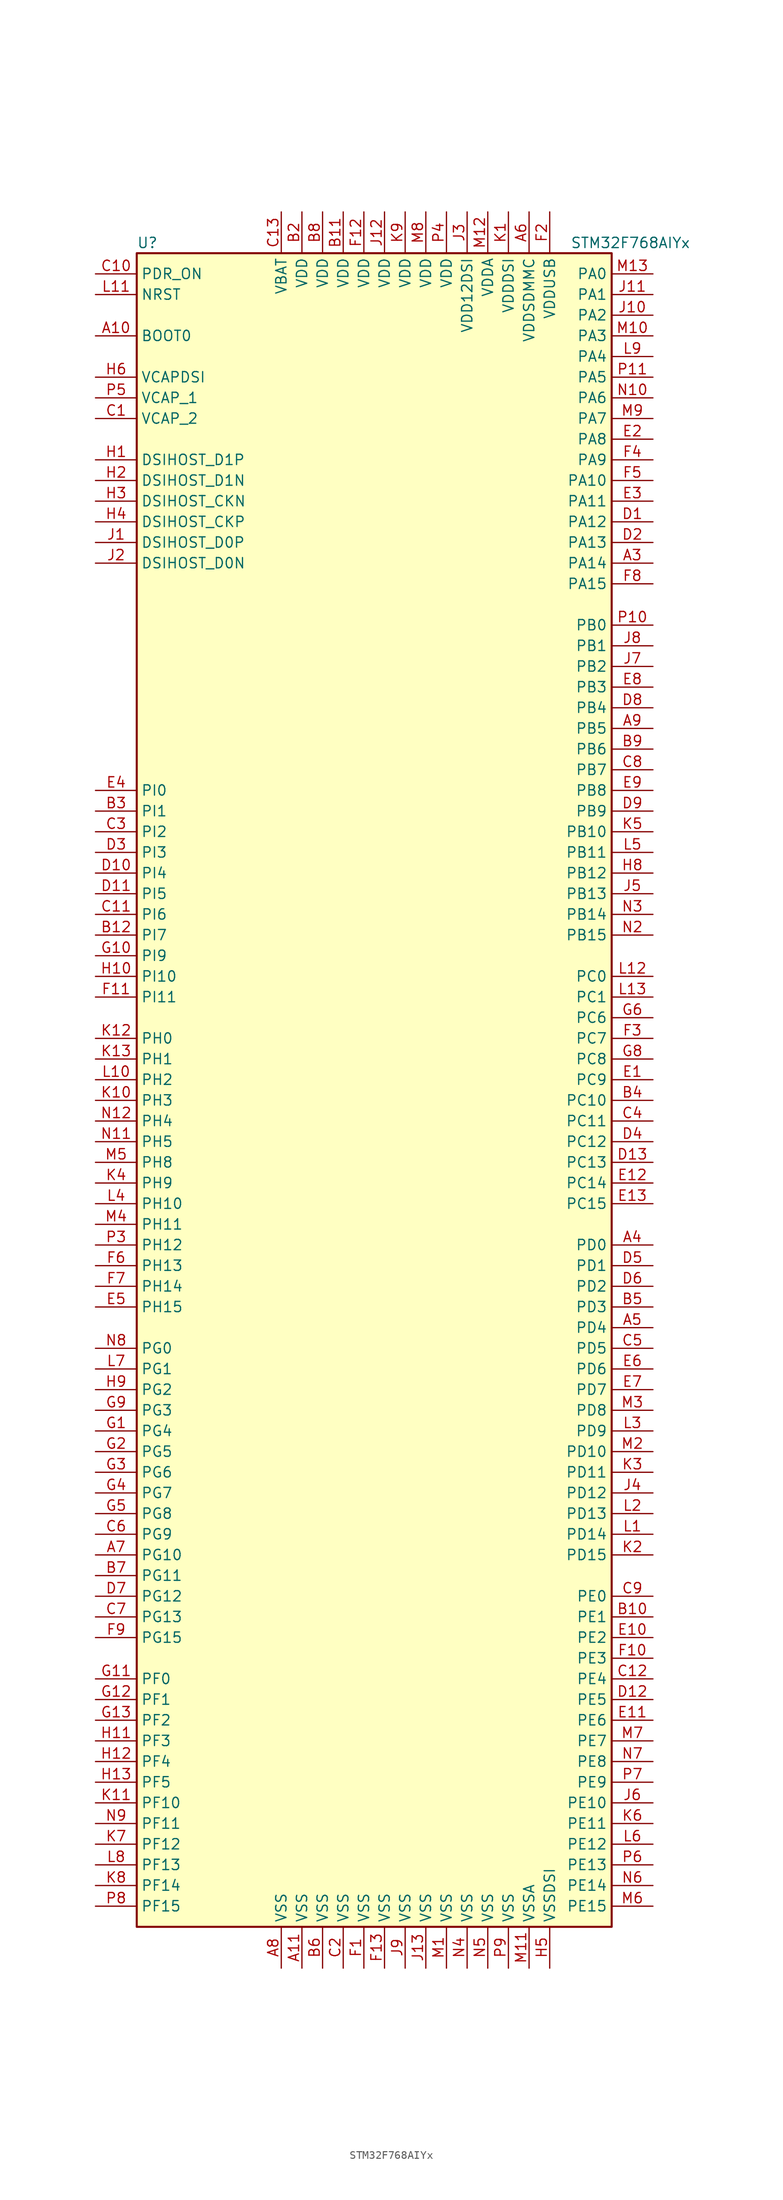
<source format=kicad_sym>
(kicad_symbol_lib
  (version 20201005)
  (generator kicad_symbol_editor)
  (symbol "STM32F768AIYx"
    (property "Reference" "U"
      (at -30.48 102.87 0)
      (effects (font (size 1.27 1.27)) (justify left)))
    (property "Value" "STM32F768AIYx"
      (at 22.86 102.87 0)
      (effects (font (size 1.27 1.27)) (justify left)))
    (symbol "STM32F768AIYx_0_1"
      (rectangle (start -30.48 -104.14) (end 27.94 101.6) (stroke (width 0.254)) (fill (type background))))
    (symbol "STM32F768AIYx_1_1"
      (pin no_connect line (at -30.48 -101.6 0) (length 5.08) hide (name "NC" (effects (font (size 1.27 1.27)))) (number "A1" (effects (font (size 1.27 1.27)))))
      (pin input line (at -35.56 91.44 0) (length 5.08) (name "BOOT0" (effects (font (size 1.27 1.27)))) (number "A10" (effects (font (size 1.27 1.27)))))
      (pin power_in line (at -10.16 -109.22 90) (length 5.08) (name "VSS" (effects (font (size 1.27 1.27)))) (number "A11" (effects (font (size 1.27 1.27)))))
      (pin no_connect line (at -30.48 -96.52 0) (length 5.08) hide (name "NC" (effects (font (size 1.27 1.27)))) (number "A12" (effects (font (size 1.27 1.27)))))
      (pin no_connect line (at -30.48 -93.98 0) (length 5.08) hide (name "NC" (effects (font (size 1.27 1.27)))) (number "A13" (effects (font (size 1.27 1.27)))))
      (pin no_connect line (at -30.48 -99.06 0) (length 5.08) hide (name "NC" (effects (font (size 1.27 1.27)))) (number "A2" (effects (font (size 1.27 1.27)))))
      (pin bidirectional line (at 33.02 63.5 180) (length 5.08) (name "PA14" (effects (font (size 1.27 1.27)))) (number "A3" (effects (font (size 1.27 1.27)))))
      (pin bidirectional line (at 33.02 -20.32 180) (length 5.08) (name "PD0" (effects (font (size 1.27 1.27)))) (number "A4" (effects (font (size 1.27 1.27)))))
      (pin bidirectional line (at 33.02 -30.48 180) (length 5.08) (name "PD4" (effects (font (size 1.27 1.27)))) (number "A5" (effects (font (size 1.27 1.27)))))
      (pin power_in line (at 17.78 106.68 270) (length 5.08) (name "VDDSDMMC" (effects (font (size 1.27 1.27)))) (number "A6" (effects (font (size 1.27 1.27)))))
      (pin bidirectional line (at -35.56 -58.42 0) (length 5.08) (name "PG10" (effects (font (size 1.27 1.27)))) (number "A7" (effects (font (size 1.27 1.27)))))
      (pin power_in line (at -12.7 -109.22 90) (length 5.08) (name "VSS" (effects (font (size 1.27 1.27)))) (number "A8" (effects (font (size 1.27 1.27)))))
      (pin bidirectional line (at 33.02 43.18 180) (length 5.08) (name "PB5" (effects (font (size 1.27 1.27)))) (number "A9" (effects (font (size 1.27 1.27)))))
      (pin no_connect line (at -30.48 -91.44 0) (length 5.08) hide (name "NC" (effects (font (size 1.27 1.27)))) (number "B1" (effects (font (size 1.27 1.27)))))
      (pin bidirectional line (at 33.02 -66.04 180) (length 5.08) (name "PE1" (effects (font (size 1.27 1.27)))) (number "B10" (effects (font (size 1.27 1.27)))))
      (pin power_in line (at -5.08 106.68 270) (length 5.08) (name "VDD" (effects (font (size 1.27 1.27)))) (number "B11" (effects (font (size 1.27 1.27)))))
      (pin bidirectional line (at -35.56 17.78 0) (length 5.08) (name "PI7" (effects (font (size 1.27 1.27)))) (number "B12" (effects (font (size 1.27 1.27)))))
      (pin no_connect line (at -30.48 -88.9 0) (length 5.08) hide (name "NC" (effects (font (size 1.27 1.27)))) (number "B13" (effects (font (size 1.27 1.27)))))
      (pin power_in line (at -10.16 106.68 270) (length 5.08) (name "VDD" (effects (font (size 1.27 1.27)))) (number "B2" (effects (font (size 1.27 1.27)))))
      (pin bidirectional line (at -35.56 33.02 0) (length 5.08) (name "PI1" (effects (font (size 1.27 1.27)))) (number "B3" (effects (font (size 1.27 1.27)))))
      (pin bidirectional line (at 33.02 -2.54 180) (length 5.08) (name "PC10" (effects (font (size 1.27 1.27)))) (number "B4" (effects (font (size 1.27 1.27)))))
      (pin bidirectional line (at 33.02 -27.94 180) (length 5.08) (name "PD3" (effects (font (size 1.27 1.27)))) (number "B5" (effects (font (size 1.27 1.27)))))
      (pin power_in line (at -7.62 -109.22 90) (length 5.08) (name "VSS" (effects (font (size 1.27 1.27)))) (number "B6" (effects (font (size 1.27 1.27)))))
      (pin bidirectional line (at -35.56 -60.96 0) (length 5.08) (name "PG11" (effects (font (size 1.27 1.27)))) (number "B7" (effects (font (size 1.27 1.27)))))
      (pin power_in line (at -7.62 106.68 270) (length 5.08) (name "VDD" (effects (font (size 1.27 1.27)))) (number "B8" (effects (font (size 1.27 1.27)))))
      (pin bidirectional line (at 33.02 40.64 180) (length 5.08) (name "PB6" (effects (font (size 1.27 1.27)))) (number "B9" (effects (font (size 1.27 1.27)))))
      (pin power_in line (at -35.56 81.28 0) (length 5.08) (name "VCAP_2" (effects (font (size 1.27 1.27)))) (number "C1" (effects (font (size 1.27 1.27)))))
      (pin input line (at -35.56 99.06 0) (length 5.08) (name "PDR_ON" (effects (font (size 1.27 1.27)))) (number "C10" (effects (font (size 1.27 1.27)))))
      (pin bidirectional line (at -35.56 20.32 0) (length 5.08) (name "PI6" (effects (font (size 1.27 1.27)))) (number "C11" (effects (font (size 1.27 1.27)))))
      (pin bidirectional line (at 33.02 -73.66 180) (length 5.08) (name "PE4" (effects (font (size 1.27 1.27)))) (number "C12" (effects (font (size 1.27 1.27)))))
      (pin power_in line (at -12.7 106.68 270) (length 5.08) (name "VBAT" (effects (font (size 1.27 1.27)))) (number "C13" (effects (font (size 1.27 1.27)))))
      (pin power_in line (at -5.08 -109.22 90) (length 5.08) (name "VSS" (effects (font (size 1.27 1.27)))) (number "C2" (effects (font (size 1.27 1.27)))))
      (pin bidirectional line (at -35.56 30.48 0) (length 5.08) (name "PI2" (effects (font (size 1.27 1.27)))) (number "C3" (effects (font (size 1.27 1.27)))))
      (pin bidirectional line (at 33.02 -5.08 180) (length 5.08) (name "PC11" (effects (font (size 1.27 1.27)))) (number "C4" (effects (font (size 1.27 1.27)))))
      (pin bidirectional line (at 33.02 -33.02 180) (length 5.08) (name "PD5" (effects (font (size 1.27 1.27)))) (number "C5" (effects (font (size 1.27 1.27)))))
      (pin bidirectional line (at -35.56 -55.88 0) (length 5.08) (name "PG9" (effects (font (size 1.27 1.27)))) (number "C6" (effects (font (size 1.27 1.27)))))
      (pin bidirectional line (at -35.56 -66.04 0) (length 5.08) (name "PG13" (effects (font (size 1.27 1.27)))) (number "C7" (effects (font (size 1.27 1.27)))))
      (pin bidirectional line (at 33.02 38.1 180) (length 5.08) (name "PB7" (effects (font (size 1.27 1.27)))) (number "C8" (effects (font (size 1.27 1.27)))))
      (pin bidirectional line (at 33.02 -63.5 180) (length 5.08) (name "PE0" (effects (font (size 1.27 1.27)))) (number "C9" (effects (font (size 1.27 1.27)))))
      (pin bidirectional line (at 33.02 68.58 180) (length 5.08) (name "PA12" (effects (font (size 1.27 1.27)))) (number "D1" (effects (font (size 1.27 1.27)))))
      (pin bidirectional line (at -35.56 25.4 0) (length 5.08) (name "PI4" (effects (font (size 1.27 1.27)))) (number "D10" (effects (font (size 1.27 1.27)))))
      (pin bidirectional line (at -35.56 22.86 0) (length 5.08) (name "PI5" (effects (font (size 1.27 1.27)))) (number "D11" (effects (font (size 1.27 1.27)))))
      (pin bidirectional line (at 33.02 -76.2 180) (length 5.08) (name "PE5" (effects (font (size 1.27 1.27)))) (number "D12" (effects (font (size 1.27 1.27)))))
      (pin bidirectional line (at 33.02 -10.16 180) (length 5.08) (name "PC13" (effects (font (size 1.27 1.27)))) (number "D13" (effects (font (size 1.27 1.27)))))
      (pin bidirectional line (at 33.02 66.04 180) (length 5.08) (name "PA13" (effects (font (size 1.27 1.27)))) (number "D2" (effects (font (size 1.27 1.27)))))
      (pin bidirectional line (at -35.56 27.94 0) (length 5.08) (name "PI3" (effects (font (size 1.27 1.27)))) (number "D3" (effects (font (size 1.27 1.27)))))
      (pin bidirectional line (at 33.02 -7.62 180) (length 5.08) (name "PC12" (effects (font (size 1.27 1.27)))) (number "D4" (effects (font (size 1.27 1.27)))))
      (pin bidirectional line (at 33.02 -22.86 180) (length 5.08) (name "PD1" (effects (font (size 1.27 1.27)))) (number "D5" (effects (font (size 1.27 1.27)))))
      (pin bidirectional line (at 33.02 -25.4 180) (length 5.08) (name "PD2" (effects (font (size 1.27 1.27)))) (number "D6" (effects (font (size 1.27 1.27)))))
      (pin bidirectional line (at -35.56 -63.5 0) (length 5.08) (name "PG12" (effects (font (size 1.27 1.27)))) (number "D7" (effects (font (size 1.27 1.27)))))
      (pin bidirectional line (at 33.02 45.72 180) (length 5.08) (name "PB4" (effects (font (size 1.27 1.27)))) (number "D8" (effects (font (size 1.27 1.27)))))
      (pin bidirectional line (at 33.02 33.02 180) (length 5.08) (name "PB9" (effects (font (size 1.27 1.27)))) (number "D9" (effects (font (size 1.27 1.27)))))
      (pin bidirectional line (at 33.02 0 180) (length 5.08) (name "PC9" (effects (font (size 1.27 1.27)))) (number "E1" (effects (font (size 1.27 1.27)))))
      (pin bidirectional line (at 33.02 -68.58 180) (length 5.08) (name "PE2" (effects (font (size 1.27 1.27)))) (number "E10" (effects (font (size 1.27 1.27)))))
      (pin bidirectional line (at 33.02 -78.74 180) (length 5.08) (name "PE6" (effects (font (size 1.27 1.27)))) (number "E11" (effects (font (size 1.27 1.27)))))
      (pin bidirectional line (at 33.02 -12.7 180) (length 5.08) (name "PC14" (effects (font (size 1.27 1.27)))) (number "E12" (effects (font (size 1.27 1.27)))))
      (pin bidirectional line (at 33.02 -15.24 180) (length 5.08) (name "PC15" (effects (font (size 1.27 1.27)))) (number "E13" (effects (font (size 1.27 1.27)))))
      (pin bidirectional line (at 33.02 78.74 180) (length 5.08) (name "PA8" (effects (font (size 1.27 1.27)))) (number "E2" (effects (font (size 1.27 1.27)))))
      (pin bidirectional line (at 33.02 71.12 180) (length 5.08) (name "PA11" (effects (font (size 1.27 1.27)))) (number "E3" (effects (font (size 1.27 1.27)))))
      (pin bidirectional line (at -35.56 35.56 0) (length 5.08) (name "PI0" (effects (font (size 1.27 1.27)))) (number "E4" (effects (font (size 1.27 1.27)))))
      (pin bidirectional line (at -35.56 -27.94 0) (length 5.08) (name "PH15" (effects (font (size 1.27 1.27)))) (number "E5" (effects (font (size 1.27 1.27)))))
      (pin bidirectional line (at 33.02 -35.56 180) (length 5.08) (name "PD6" (effects (font (size 1.27 1.27)))) (number "E6" (effects (font (size 1.27 1.27)))))
      (pin bidirectional line (at 33.02 -38.1 180) (length 5.08) (name "PD7" (effects (font (size 1.27 1.27)))) (number "E7" (effects (font (size 1.27 1.27)))))
      (pin bidirectional line (at 33.02 48.26 180) (length 5.08) (name "PB3" (effects (font (size 1.27 1.27)))) (number "E8" (effects (font (size 1.27 1.27)))))
      (pin bidirectional line (at 33.02 35.56 180) (length 5.08) (name "PB8" (effects (font (size 1.27 1.27)))) (number "E9" (effects (font (size 1.27 1.27)))))
      (pin power_in line (at -2.54 -109.22 90) (length 5.08) (name "VSS" (effects (font (size 1.27 1.27)))) (number "F1" (effects (font (size 1.27 1.27)))))
      (pin bidirectional line (at 33.02 -71.12 180) (length 5.08) (name "PE3" (effects (font (size 1.27 1.27)))) (number "F10" (effects (font (size 1.27 1.27)))))
      (pin bidirectional line (at -35.56 10.16 0) (length 5.08) (name "PI11" (effects (font (size 1.27 1.27)))) (number "F11" (effects (font (size 1.27 1.27)))))
      (pin power_in line (at -2.54 106.68 270) (length 5.08) (name "VDD" (effects (font (size 1.27 1.27)))) (number "F12" (effects (font (size 1.27 1.27)))))
      (pin power_in line (at 0 -109.22 90) (length 5.08) (name "VSS" (effects (font (size 1.27 1.27)))) (number "F13" (effects (font (size 1.27 1.27)))))
      (pin power_in line (at 20.32 106.68 270) (length 5.08) (name "VDDUSB" (effects (font (size 1.27 1.27)))) (number "F2" (effects (font (size 1.27 1.27)))))
      (pin bidirectional line (at 33.02 5.08 180) (length 5.08) (name "PC7" (effects (font (size 1.27 1.27)))) (number "F3" (effects (font (size 1.27 1.27)))))
      (pin bidirectional line (at 33.02 76.2 180) (length 5.08) (name "PA9" (effects (font (size 1.27 1.27)))) (number "F4" (effects (font (size 1.27 1.27)))))
      (pin bidirectional line (at 33.02 73.66 180) (length 5.08) (name "PA10" (effects (font (size 1.27 1.27)))) (number "F5" (effects (font (size 1.27 1.27)))))
      (pin bidirectional line (at -35.56 -22.86 0) (length 5.08) (name "PH13" (effects (font (size 1.27 1.27)))) (number "F6" (effects (font (size 1.27 1.27)))))
      (pin bidirectional line (at -35.56 -25.4 0) (length 5.08) (name "PH14" (effects (font (size 1.27 1.27)))) (number "F7" (effects (font (size 1.27 1.27)))))
      (pin bidirectional line (at 33.02 60.96 180) (length 5.08) (name "PA15" (effects (font (size 1.27 1.27)))) (number "F8" (effects (font (size 1.27 1.27)))))
      (pin bidirectional line (at -35.56 -68.58 0) (length 5.08) (name "PG15" (effects (font (size 1.27 1.27)))) (number "F9" (effects (font (size 1.27 1.27)))))
      (pin bidirectional line (at -35.56 -43.18 0) (length 5.08) (name "PG4" (effects (font (size 1.27 1.27)))) (number "G1" (effects (font (size 1.27 1.27)))))
      (pin bidirectional line (at -35.56 15.24 0) (length 5.08) (name "PI9" (effects (font (size 1.27 1.27)))) (number "G10" (effects (font (size 1.27 1.27)))))
      (pin bidirectional line (at -35.56 -73.66 0) (length 5.08) (name "PF0" (effects (font (size 1.27 1.27)))) (number "G11" (effects (font (size 1.27 1.27)))))
      (pin bidirectional line (at -35.56 -76.2 0) (length 5.08) (name "PF1" (effects (font (size 1.27 1.27)))) (number "G12" (effects (font (size 1.27 1.27)))))
      (pin bidirectional line (at -35.56 -78.74 0) (length 5.08) (name "PF2" (effects (font (size 1.27 1.27)))) (number "G13" (effects (font (size 1.27 1.27)))))
      (pin bidirectional line (at -35.56 -45.72 0) (length 5.08) (name "PG5" (effects (font (size 1.27 1.27)))) (number "G2" (effects (font (size 1.27 1.27)))))
      (pin bidirectional line (at -35.56 -48.26 0) (length 5.08) (name "PG6" (effects (font (size 1.27 1.27)))) (number "G3" (effects (font (size 1.27 1.27)))))
      (pin bidirectional line (at -35.56 -50.8 0) (length 5.08) (name "PG7" (effects (font (size 1.27 1.27)))) (number "G4" (effects (font (size 1.27 1.27)))))
      (pin bidirectional line (at -35.56 -53.34 0) (length 5.08) (name "PG8" (effects (font (size 1.27 1.27)))) (number "G5" (effects (font (size 1.27 1.27)))))
      (pin bidirectional line (at 33.02 7.62 180) (length 5.08) (name "PC6" (effects (font (size 1.27 1.27)))) (number "G6" (effects (font (size 1.27 1.27)))))
      (pin bidirectional line (at 33.02 2.54 180) (length 5.08) (name "PC8" (effects (font (size 1.27 1.27)))) (number "G8" (effects (font (size 1.27 1.27)))))
      (pin bidirectional line (at -35.56 -40.64 0) (length 5.08) (name "PG3" (effects (font (size 1.27 1.27)))) (number "G9" (effects (font (size 1.27 1.27)))))
      (pin bidirectional line (at -35.56 76.2 0) (length 5.08) (name "DSIHOST_D1P" (effects (font (size 1.27 1.27)))) (number "H1" (effects (font (size 1.27 1.27)))))
      (pin bidirectional line (at -35.56 12.7 0) (length 5.08) (name "PI10" (effects (font (size 1.27 1.27)))) (number "H10" (effects (font (size 1.27 1.27)))))
      (pin bidirectional line (at -35.56 -81.28 0) (length 5.08) (name "PF3" (effects (font (size 1.27 1.27)))) (number "H11" (effects (font (size 1.27 1.27)))))
      (pin bidirectional line (at -35.56 -83.82 0) (length 5.08) (name "PF4" (effects (font (size 1.27 1.27)))) (number "H12" (effects (font (size 1.27 1.27)))))
      (pin bidirectional line (at -35.56 -86.36 0) (length 5.08) (name "PF5" (effects (font (size 1.27 1.27)))) (number "H13" (effects (font (size 1.27 1.27)))))
      (pin bidirectional line (at -35.56 73.66 0) (length 5.08) (name "DSIHOST_D1N" (effects (font (size 1.27 1.27)))) (number "H2" (effects (font (size 1.27 1.27)))))
      (pin bidirectional line (at -35.56 71.12 0) (length 5.08) (name "DSIHOST_CKN" (effects (font (size 1.27 1.27)))) (number "H3" (effects (font (size 1.27 1.27)))))
      (pin bidirectional line (at -35.56 68.58 0) (length 5.08) (name "DSIHOST_CKP" (effects (font (size 1.27 1.27)))) (number "H4" (effects (font (size 1.27 1.27)))))
      (pin power_in line (at 20.32 -109.22 90) (length 5.08) (name "VSSDSI" (effects (font (size 1.27 1.27)))) (number "H5" (effects (font (size 1.27 1.27)))))
      (pin power_in line (at -35.56 86.36 0) (length 5.08) (name "VCAPDSI" (effects (font (size 1.27 1.27)))) (number "H6" (effects (font (size 1.27 1.27)))))
      (pin bidirectional line (at 33.02 25.4 180) (length 5.08) (name "PB12" (effects (font (size 1.27 1.27)))) (number "H8" (effects (font (size 1.27 1.27)))))
      (pin bidirectional line (at -35.56 -38.1 0) (length 5.08) (name "PG2" (effects (font (size 1.27 1.27)))) (number "H9" (effects (font (size 1.27 1.27)))))
      (pin bidirectional line (at -35.56 66.04 0) (length 5.08) (name "DSIHOST_D0P" (effects (font (size 1.27 1.27)))) (number "J1" (effects (font (size 1.27 1.27)))))
      (pin bidirectional line (at 33.02 93.98 180) (length 5.08) (name "PA2" (effects (font (size 1.27 1.27)))) (number "J10" (effects (font (size 1.27 1.27)))))
      (pin bidirectional line (at 33.02 96.52 180) (length 5.08) (name "PA1" (effects (font (size 1.27 1.27)))) (number "J11" (effects (font (size 1.27 1.27)))))
      (pin power_in line (at 0 106.68 270) (length 5.08) (name "VDD" (effects (font (size 1.27 1.27)))) (number "J12" (effects (font (size 1.27 1.27)))))
      (pin power_in line (at 5.08 -109.22 90) (length 5.08) (name "VSS" (effects (font (size 1.27 1.27)))) (number "J13" (effects (font (size 1.27 1.27)))))
      (pin bidirectional line (at -35.56 63.5 0) (length 5.08) (name "DSIHOST_D0N" (effects (font (size 1.27 1.27)))) (number "J2" (effects (font (size 1.27 1.27)))))
      (pin power_in line (at 10.16 106.68 270) (length 5.08) (name "VDD12DSI" (effects (font (size 1.27 1.27)))) (number "J3" (effects (font (size 1.27 1.27)))))
      (pin bidirectional line (at 33.02 -50.8 180) (length 5.08) (name "PD12" (effects (font (size 1.27 1.27)))) (number "J4" (effects (font (size 1.27 1.27)))))
      (pin bidirectional line (at 33.02 22.86 180) (length 5.08) (name "PB13" (effects (font (size 1.27 1.27)))) (number "J5" (effects (font (size 1.27 1.27)))))
      (pin bidirectional line (at 33.02 -88.9 180) (length 5.08) (name "PE10" (effects (font (size 1.27 1.27)))) (number "J6" (effects (font (size 1.27 1.27)))))
      (pin bidirectional line (at 33.02 50.8 180) (length 5.08) (name "PB2" (effects (font (size 1.27 1.27)))) (number "J7" (effects (font (size 1.27 1.27)))))
      (pin bidirectional line (at 33.02 53.34 180) (length 5.08) (name "PB1" (effects (font (size 1.27 1.27)))) (number "J8" (effects (font (size 1.27 1.27)))))
      (pin power_in line (at 2.54 -109.22 90) (length 5.08) (name "VSS" (effects (font (size 1.27 1.27)))) (number "J9" (effects (font (size 1.27 1.27)))))
      (pin power_in line (at 15.24 106.68 270) (length 5.08) (name "VDDDSI" (effects (font (size 1.27 1.27)))) (number "K1" (effects (font (size 1.27 1.27)))))
      (pin bidirectional line (at -35.56 -2.54 0) (length 5.08) (name "PH3" (effects (font (size 1.27 1.27)))) (number "K10" (effects (font (size 1.27 1.27)))))
      (pin bidirectional line (at -35.56 -88.9 0) (length 5.08) (name "PF10" (effects (font (size 1.27 1.27)))) (number "K11" (effects (font (size 1.27 1.27)))))
      (pin input line (at -35.56 5.08 0) (length 5.08) (name "PH0" (effects (font (size 1.27 1.27)))) (number "K12" (effects (font (size 1.27 1.27)))))
      (pin input line (at -35.56 2.54 0) (length 5.08) (name "PH1" (effects (font (size 1.27 1.27)))) (number "K13" (effects (font (size 1.27 1.27)))))
      (pin bidirectional line (at 33.02 -58.42 180) (length 5.08) (name "PD15" (effects (font (size 1.27 1.27)))) (number "K2" (effects (font (size 1.27 1.27)))))
      (pin bidirectional line (at 33.02 -48.26 180) (length 5.08) (name "PD11" (effects (font (size 1.27 1.27)))) (number "K3" (effects (font (size 1.27 1.27)))))
      (pin bidirectional line (at -35.56 -12.7 0) (length 5.08) (name "PH9" (effects (font (size 1.27 1.27)))) (number "K4" (effects (font (size 1.27 1.27)))))
      (pin bidirectional line (at 33.02 30.48 180) (length 5.08) (name "PB10" (effects (font (size 1.27 1.27)))) (number "K5" (effects (font (size 1.27 1.27)))))
      (pin bidirectional line (at 33.02 -91.44 180) (length 5.08) (name "PE11" (effects (font (size 1.27 1.27)))) (number "K6" (effects (font (size 1.27 1.27)))))
      (pin bidirectional line (at -35.56 -93.98 0) (length 5.08) (name "PF12" (effects (font (size 1.27 1.27)))) (number "K7" (effects (font (size 1.27 1.27)))))
      (pin bidirectional line (at -35.56 -99.06 0) (length 5.08) (name "PF14" (effects (font (size 1.27 1.27)))) (number "K8" (effects (font (size 1.27 1.27)))))
      (pin power_in line (at 2.54 106.68 270) (length 5.08) (name "VDD" (effects (font (size 1.27 1.27)))) (number "K9" (effects (font (size 1.27 1.27)))))
      (pin bidirectional line (at 33.02 -55.88 180) (length 5.08) (name "PD14" (effects (font (size 1.27 1.27)))) (number "L1" (effects (font (size 1.27 1.27)))))
      (pin bidirectional line (at -35.56 0 0) (length 5.08) (name "PH2" (effects (font (size 1.27 1.27)))) (number "L10" (effects (font (size 1.27 1.27)))))
      (pin input line (at -35.56 96.52 0) (length 5.08) (name "NRST" (effects (font (size 1.27 1.27)))) (number "L11" (effects (font (size 1.27 1.27)))))
      (pin bidirectional line (at 33.02 12.7 180) (length 5.08) (name "PC0" (effects (font (size 1.27 1.27)))) (number "L12" (effects (font (size 1.27 1.27)))))
      (pin bidirectional line (at 33.02 10.16 180) (length 5.08) (name "PC1" (effects (font (size 1.27 1.27)))) (number "L13" (effects (font (size 1.27 1.27)))))
      (pin bidirectional line (at 33.02 -53.34 180) (length 5.08) (name "PD13" (effects (font (size 1.27 1.27)))) (number "L2" (effects (font (size 1.27 1.27)))))
      (pin bidirectional line (at 33.02 -43.18 180) (length 5.08) (name "PD9" (effects (font (size 1.27 1.27)))) (number "L3" (effects (font (size 1.27 1.27)))))
      (pin bidirectional line (at -35.56 -15.24 0) (length 5.08) (name "PH10" (effects (font (size 1.27 1.27)))) (number "L4" (effects (font (size 1.27 1.27)))))
      (pin bidirectional line (at 33.02 27.94 180) (length 5.08) (name "PB11" (effects (font (size 1.27 1.27)))) (number "L5" (effects (font (size 1.27 1.27)))))
      (pin bidirectional line (at 33.02 -93.98 180) (length 5.08) (name "PE12" (effects (font (size 1.27 1.27)))) (number "L6" (effects (font (size 1.27 1.27)))))
      (pin bidirectional line (at -35.56 -35.56 0) (length 5.08) (name "PG1" (effects (font (size 1.27 1.27)))) (number "L7" (effects (font (size 1.27 1.27)))))
      (pin bidirectional line (at -35.56 -96.52 0) (length 5.08) (name "PF13" (effects (font (size 1.27 1.27)))) (number "L8" (effects (font (size 1.27 1.27)))))
      (pin bidirectional line (at 33.02 88.9 180) (length 5.08) (name "PA4" (effects (font (size 1.27 1.27)))) (number "L9" (effects (font (size 1.27 1.27)))))
      (pin power_in line (at 7.62 -109.22 90) (length 5.08) (name "VSS" (effects (font (size 1.27 1.27)))) (number "M1" (effects (font (size 1.27 1.27)))))
      (pin bidirectional line (at 33.02 91.44 180) (length 5.08) (name "PA3" (effects (font (size 1.27 1.27)))) (number "M10" (effects (font (size 1.27 1.27)))))
      (pin power_in line (at 17.78 -109.22 90) (length 5.08) (name "VSSA" (effects (font (size 1.27 1.27)))) (number "M11" (effects (font (size 1.27 1.27)))))
      (pin power_in line (at 12.7 106.68 270) (length 5.08) (name "VDDA" (effects (font (size 1.27 1.27)))) (number "M12" (effects (font (size 1.27 1.27)))))
      (pin bidirectional line (at 33.02 99.06 180) (length 5.08) (name "PA0" (effects (font (size 1.27 1.27)))) (number "M13" (effects (font (size 1.27 1.27)))))
      (pin bidirectional line (at 33.02 -45.72 180) (length 5.08) (name "PD10" (effects (font (size 1.27 1.27)))) (number "M2" (effects (font (size 1.27 1.27)))))
      (pin bidirectional line (at 33.02 -40.64 180) (length 5.08) (name "PD8" (effects (font (size 1.27 1.27)))) (number "M3" (effects (font (size 1.27 1.27)))))
      (pin bidirectional line (at -35.56 -17.78 0) (length 5.08) (name "PH11" (effects (font (size 1.27 1.27)))) (number "M4" (effects (font (size 1.27 1.27)))))
      (pin bidirectional line (at -35.56 -10.16 0) (length 5.08) (name "PH8" (effects (font (size 1.27 1.27)))) (number "M5" (effects (font (size 1.27 1.27)))))
      (pin bidirectional line (at 33.02 -101.6 180) (length 5.08) (name "PE15" (effects (font (size 1.27 1.27)))) (number "M6" (effects (font (size 1.27 1.27)))))
      (pin bidirectional line (at 33.02 -81.28 180) (length 5.08) (name "PE7" (effects (font (size 1.27 1.27)))) (number "M7" (effects (font (size 1.27 1.27)))))
      (pin power_in line (at 5.08 106.68 270) (length 5.08) (name "VDD" (effects (font (size 1.27 1.27)))) (number "M8" (effects (font (size 1.27 1.27)))))
      (pin bidirectional line (at 33.02 81.28 180) (length 5.08) (name "PA7" (effects (font (size 1.27 1.27)))) (number "M9" (effects (font (size 1.27 1.27)))))
      (pin no_connect line (at -30.48 -86.36 0) (length 5.08) hide (name "NC" (effects (font (size 1.27 1.27)))) (number "N1" (effects (font (size 1.27 1.27)))))
      (pin bidirectional line (at 33.02 83.82 180) (length 5.08) (name "PA6" (effects (font (size 1.27 1.27)))) (number "N10" (effects (font (size 1.27 1.27)))))
      (pin bidirectional line (at -35.56 -7.62 0) (length 5.08) (name "PH5" (effects (font (size 1.27 1.27)))) (number "N11" (effects (font (size 1.27 1.27)))))
      (pin bidirectional line (at -35.56 -5.08 0) (length 5.08) (name "PH4" (effects (font (size 1.27 1.27)))) (number "N12" (effects (font (size 1.27 1.27)))))
      (pin no_connect line (at -30.48 -83.82 0) (length 5.08) hide (name "NC" (effects (font (size 1.27 1.27)))) (number "N13" (effects (font (size 1.27 1.27)))))
      (pin bidirectional line (at 33.02 17.78 180) (length 5.08) (name "PB15" (effects (font (size 1.27 1.27)))) (number "N2" (effects (font (size 1.27 1.27)))))
      (pin bidirectional line (at 33.02 20.32 180) (length 5.08) (name "PB14" (effects (font (size 1.27 1.27)))) (number "N3" (effects (font (size 1.27 1.27)))))
      (pin power_in line (at 10.16 -109.22 90) (length 5.08) (name "VSS" (effects (font (size 1.27 1.27)))) (number "N4" (effects (font (size 1.27 1.27)))))
      (pin power_in line (at 12.7 -109.22 90) (length 5.08) (name "VSS" (effects (font (size 1.27 1.27)))) (number "N5" (effects (font (size 1.27 1.27)))))
      (pin bidirectional line (at 33.02 -99.06 180) (length 5.08) (name "PE14" (effects (font (size 1.27 1.27)))) (number "N6" (effects (font (size 1.27 1.27)))))
      (pin bidirectional line (at 33.02 -83.82 180) (length 5.08) (name "PE8" (effects (font (size 1.27 1.27)))) (number "N7" (effects (font (size 1.27 1.27)))))
      (pin bidirectional line (at -35.56 -33.02 0) (length 5.08) (name "PG0" (effects (font (size 1.27 1.27)))) (number "N8" (effects (font (size 1.27 1.27)))))
      (pin bidirectional line (at -35.56 -91.44 0) (length 5.08) (name "PF11" (effects (font (size 1.27 1.27)))) (number "N9" (effects (font (size 1.27 1.27)))))
      (pin no_connect line (at -30.48 -81.28 0) (length 5.08) hide (name "NC" (effects (font (size 1.27 1.27)))) (number "P1" (effects (font (size 1.27 1.27)))))
      (pin bidirectional line (at 33.02 55.88 180) (length 5.08) (name "PB0" (effects (font (size 1.27 1.27)))) (number "P10" (effects (font (size 1.27 1.27)))))
      (pin bidirectional line (at 33.02 86.36 180) (length 5.08) (name "PA5" (effects (font (size 1.27 1.27)))) (number "P11" (effects (font (size 1.27 1.27)))))
      (pin no_connect line (at -30.48 -76.2 0) (length 5.08) hide (name "NC" (effects (font (size 1.27 1.27)))) (number "P12" (effects (font (size 1.27 1.27)))))
      (pin no_connect line (at -30.48 -73.66 0) (length 5.08) hide (name "NC" (effects (font (size 1.27 1.27)))) (number "P13" (effects (font (size 1.27 1.27)))))
      (pin no_connect line (at -30.48 -78.74 0) (length 5.08) hide (name "NC" (effects (font (size 1.27 1.27)))) (number "P2" (effects (font (size 1.27 1.27)))))
      (pin bidirectional line (at -35.56 -20.32 0) (length 5.08) (name "PH12" (effects (font (size 1.27 1.27)))) (number "P3" (effects (font (size 1.27 1.27)))))
      (pin power_in line (at 7.62 106.68 270) (length 5.08) (name "VDD" (effects (font (size 1.27 1.27)))) (number "P4" (effects (font (size 1.27 1.27)))))
      (pin power_in line (at -35.56 83.82 0) (length 5.08) (name "VCAP_1" (effects (font (size 1.27 1.27)))) (number "P5" (effects (font (size 1.27 1.27)))))
      (pin bidirectional line (at 33.02 -96.52 180) (length 5.08) (name "PE13" (effects (font (size 1.27 1.27)))) (number "P6" (effects (font (size 1.27 1.27)))))
      (pin bidirectional line (at 33.02 -86.36 180) (length 5.08) (name "PE9" (effects (font (size 1.27 1.27)))) (number "P7" (effects (font (size 1.27 1.27)))))
      (pin bidirectional line (at -35.56 -101.6 0) (length 5.08) (name "PF15" (effects (font (size 1.27 1.27)))) (number "P8" (effects (font (size 1.27 1.27)))))
      (pin power_in line (at 15.24 -109.22 90) (length 5.08) (name "VSS" (effects (font (size 1.27 1.27)))) (number "P9" (effects (font (size 1.27 1.27))))))))
</source>
